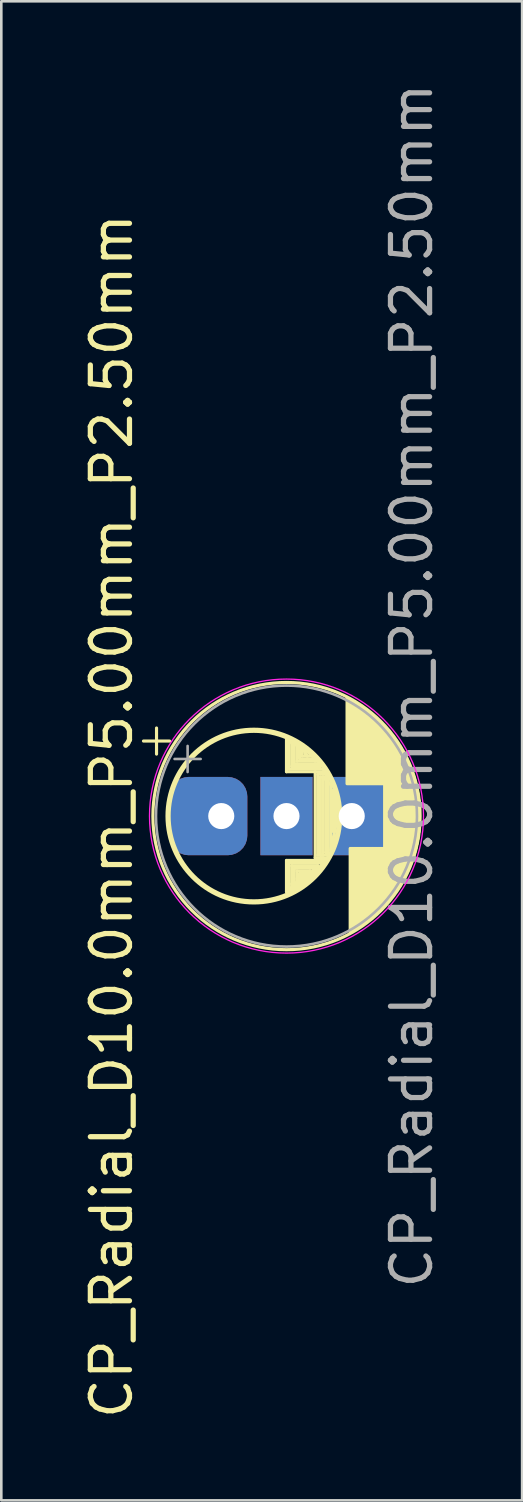
<source format=kicad_pcb>
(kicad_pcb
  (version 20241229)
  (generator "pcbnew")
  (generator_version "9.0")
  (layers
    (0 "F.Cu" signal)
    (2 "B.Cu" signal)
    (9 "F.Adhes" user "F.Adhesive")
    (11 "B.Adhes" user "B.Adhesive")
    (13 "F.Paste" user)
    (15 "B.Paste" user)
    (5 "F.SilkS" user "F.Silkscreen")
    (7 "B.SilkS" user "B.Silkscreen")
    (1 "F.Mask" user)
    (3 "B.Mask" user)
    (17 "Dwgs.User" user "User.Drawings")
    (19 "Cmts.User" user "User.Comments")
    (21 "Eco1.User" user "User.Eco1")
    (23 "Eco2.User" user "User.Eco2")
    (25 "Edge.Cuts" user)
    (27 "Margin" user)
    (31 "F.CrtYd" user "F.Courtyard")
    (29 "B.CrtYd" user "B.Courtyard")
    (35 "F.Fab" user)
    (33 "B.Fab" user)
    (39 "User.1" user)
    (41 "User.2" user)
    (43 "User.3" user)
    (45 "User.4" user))
  (footprint "CP_Radial_D10.0mm_P5.00mm_P2.50mm"
    (layer "F.Cu")
    (at 5.428 28.221)
    (property "Reference" "CP_Radial_D10.0mm_P5.00mm_P2.50mm" (at -4.2 0 270) (layer "F.SilkS") (effects (font (size 1.5 1.5) (thickness 0.2))))
    (attr through_hole)
    (fp_line (start -2.98 -2.875) (end -1.98 -2.875) (stroke (width 0.12) (type solid)) (layer "F.SilkS"))
    (fp_line (start -2.48 -3.375) (end -2.48 -2.375) (stroke (width 0.12) (type solid)) (layer "F.SilkS"))
    (fp_line (start 2.5 -3) (end 2.5 -1.7) (stroke (width 0.12) (type solid)) (layer "F.SilkS"))
    (fp_line (start 2.5 -1.7) (end 4 -1.7) (stroke (width 0.12) (type solid)) (layer "F.SilkS"))
    (fp_line (start 2.5 1.7) (end 2.5 2.9) (stroke (width 0.12) (type solid)) (layer "F.SilkS"))
    (fp_line (start 2.5 2.9) (end 3.2 2.6) (stroke (width 0.12) (type solid)) (layer "F.SilkS"))
    (fp_line (start 2.6 -2.9) (end 2.7 -2.8) (stroke (width 0.12) (type solid)) (layer "F.SilkS"))
    (fp_line (start 2.6 -1.8) (end 2.6 -2.9) (stroke (width 0.12) (type solid)) (layer "F.SilkS"))
    (fp_line (start 2.6 1.8) (end 2.6 2.8) (stroke (width 0.12) (type solid)) (layer "F.SilkS"))
    (fp_line (start 2.6 2.8) (end 3.2 2.5) (stroke (width 0.12) (type solid)) (layer "F.SilkS"))
    (fp_line (start 2.7 -2.8) (end 2.7 -1.9) (stroke (width 0.12) (type solid)) (layer "F.SilkS"))
    (fp_line (start 2.7 -1.9) (end 3.8 -1.9) (stroke (width 0.12) (type solid)) (layer "F.SilkS"))
    (fp_line (start 2.7 1.9) (end 2.7 2.6) (stroke (width 0.12) (type solid)) (layer "F.SilkS"))
    (fp_line (start 2.7 2.6) (end 2.7 2.7) (stroke (width 0.12) (type solid)) (layer "F.SilkS"))
    (fp_line (start 2.7 2.7) (end 3.1 2.5) (stroke (width 0.12) (type solid)) (layer "F.SilkS"))
    (fp_line (start 2.8 -2.8) (end 2.9 -2.7) (stroke (width 0.12) (type solid)) (layer "F.SilkS"))
    (fp_line (start 2.8 -2) (end 2.8 -2.8) (stroke (width 0.12) (type solid)) (layer "F.SilkS"))
    (fp_line (start 2.8 2) (end 2.8 2.6) (stroke (width 0.12) (type solid)) (layer "F.SilkS"))
    (fp_line (start 2.8 2.6) (end 3.1 2.4) (stroke (width 0.12) (type solid)) (layer "F.SilkS"))
    (fp_line (start 2.9 -2.7) (end 2.9 -2.1) (stroke (width 0.12) (type solid)) (layer "F.SilkS"))
    (fp_line (start 2.9 -2.1) (end 3.6 -2.1) (stroke (width 0.12) (type solid)) (layer "F.SilkS"))
    (fp_line (start 2.9 2.1) (end 2.9 2.4) (stroke (width 0.12) (type solid)) (layer "F.SilkS"))
    (fp_line (start 2.9 2.4) (end 2.9 2.5) (stroke (width 0.12) (type solid)) (layer "F.SilkS"))
    (fp_line (start 2.9 2.5) (end 3.3 2.2) (stroke (width 0.12) (type solid)) (layer "F.SilkS"))
    (fp_line (start 3 -2.7) (end 3.5 -2.3) (stroke (width 0.12) (type solid)) (layer "F.SilkS"))
    (fp_line (start 3 -2.2) (end 3 -2.7) (stroke (width 0.12) (type solid)) (layer "F.SilkS"))
    (fp_line (start 3 2.2) (end 3 2.4) (stroke (width 0.12) (type solid)) (layer "F.SilkS"))
    (fp_line (start 3 2.4) (end 3.1 2.3) (stroke (width 0.12) (type solid)) (layer "F.SilkS"))
    (fp_line (start 3.1 -2.6) (end 3.3 -2.3) (stroke (width 0.12) (type solid)) (layer "F.SilkS"))
    (fp_line (start 3.1 -2.3) (end 3.1 -2.6) (stroke (width 0.12) (type solid)) (layer "F.SilkS"))
    (fp_line (start 3.1 2.4) (end 3.4 2.1) (stroke (width 0.12) (type solid)) (layer "F.SilkS"))
    (fp_line (start 3.1 2.5) (end 3.6 2) (stroke (width 0.12) (type solid)) (layer "F.SilkS"))
    (fp_line (start 3.2 2.5) (end 3.7 1.9) (stroke (width 0.12) (type solid)) (layer "F.SilkS"))
    (fp_line (start 3.2 2.6) (end 3.9 1.8) (stroke (width 0.12) (type solid)) (layer "F.SilkS"))
    (fp_line (start 3.3 -2.3) (end 3.2 -2.4) (stroke (width 0.12) (type solid)) (layer "F.SilkS"))
    (fp_line (start 3.3 2.2) (end 3 2.2) (stroke (width 0.12) (type solid)) (layer "F.SilkS"))
    (fp_line (start 3.4 2.1) (end 2.9 2.1) (stroke (width 0.12) (type solid)) (layer "F.SilkS"))
    (fp_line (start 3.5 -2.3) (end 3.1 -2.3) (stroke (width 0.12) (type solid)) (layer "F.SilkS"))
    (fp_line (start 3.5 -2.2) (end 3 -2.2) (stroke (width 0.12) (type solid)) (layer "F.SilkS"))
    (fp_line (start 3.6 -2.1) (end 3.7 -2.1) (stroke (width 0.12) (type solid)) (layer "F.SilkS"))
    (fp_line (start 3.6 -1.7) (end 3.6 1.6) (stroke (width 0.12) (type solid)) (layer "F.SilkS"))
    (fp_line (start 3.6 1.6) (end 4.1 1.6) (stroke (width 0.12) (type solid)) (layer "F.SilkS"))
    (fp_line (start 3.6 2) (end 2.8 2) (stroke (width 0.12) (type solid)) (layer "F.SilkS"))
    (fp_line (start 3.7 -2.1) (end 3.5 -2.2) (stroke (width 0.12) (type solid)) (layer "F.SilkS"))
    (fp_line (start 3.7 -2) (end 2.8 -2) (stroke (width 0.12) (type solid)) (layer "F.SilkS"))
    (fp_line (start 3.7 -1.6) (end 3.7 1.5) (stroke (width 0.12) (type solid)) (layer "F.SilkS"))
    (fp_line (start 3.7 1.5) (end 4.1 1.5) (stroke (width 0.12) (type solid)) (layer "F.SilkS"))
    (fp_line (start 3.7 1.9) (end 2.7 1.9) (stroke (width 0.12) (type solid)) (layer "F.SilkS"))
    (fp_line (start 3.8 -1.9) (end 3.7 -2) (stroke (width 0.12) (type solid)) (layer "F.SilkS"))
    (fp_line (start 3.8 -1.5) (end 3.8 1.5) (stroke (width 0.12) (type solid)) (layer "F.SilkS"))
    (fp_line (start 3.8 1.5) (end 3.9 1.5) (stroke (width 0.12) (type solid)) (layer "F.SilkS"))
    (fp_line (start 3.9 -1.8) (end 2.6 -1.8) (stroke (width 0.12) (type solid)) (layer "F.SilkS"))
    (fp_line (start 3.9 -1.5) (end 4.2 -1.2) (stroke (width 0.12) (type solid)) (layer "F.SilkS"))
    (fp_line (start 3.9 1.5) (end 3.9 -1.5) (stroke (width 0.12) (type solid)) (layer "F.SilkS"))
    (fp_line (start 3.9 1.8) (end 2.6 1.8) (stroke (width 0.12) (type solid)) (layer "F.SilkS"))
    (fp_line (start 4 -1.7) (end 3.9 -1.8) (stroke (width 0.12) (type solid)) (layer "F.SilkS"))
    (fp_line (start 4 -1.6) (end 3.7 -1.6) (stroke (width 0.12) (type solid)) (layer "F.SilkS"))
    (fp_line (start 4 -1.5) (end 3.8 -1.5) (stroke (width 0.12) (type solid)) (layer "F.SilkS"))
    (fp_line (start 4 1.4) (end 4 -1.5) (stroke (width 0.12) (type solid)) (layer "F.SilkS"))
    (fp_line (start 4 1.7) (end 2.5 1.7) (stroke (width 0.12) (type solid)) (layer "F.SilkS"))
    (fp_line (start 4.1 -1.5) (end 4 -1.6) (stroke (width 0.12) (type solid)) (layer "F.SilkS"))
    (fp_line (start 4.1 1.5) (end 4 1.4) (stroke (width 0.12) (type solid)) (layer "F.SilkS"))
    (fp_line (start 4.1 1.6) (end 4.1 -1.5) (stroke (width 0.12) (type solid)) (layer "F.SilkS"))
    (fp_line (start 4.2 -1.2) (end 4.2 1.3) (stroke (width 0.12) (type solid)) (layer "F.SilkS"))
    (fp_line (start 4.2 1.3) (end 4.4 0.3) (stroke (width 0.12) (type solid)) (layer "F.SilkS"))
    (fp_line (start 4.3 -1) (end 4.3 0.5) (stroke (width 0.12) (type solid)) (layer "F.SilkS"))
    (fp_line (start 4.3 0.5) (end 4.3 0.6) (stroke (width 0.12) (type solid)) (layer "F.SilkS"))
    (fp_line (start 4.4 -0.7) (end 4.3 -1) (stroke (width 0.12) (type solid)) (layer "F.SilkS"))
    (fp_line (start 4.4 0.3) (end 4.4 -0.7) (stroke (width 0.12) (type solid)) (layer "F.SilkS"))
    (fp_line (start 4.821 -4.525) (end 4.821 -1.241) (stroke (width 0.12) (type solid)) (layer "F.SilkS"))
    (fp_line (start 4.861 -4.504) (end 4.861 -1.241) (stroke (width 0.12) (type solid)) (layer "F.SilkS"))
    (fp_line (start 4.901 -4.483) (end 4.901 -1.241) (stroke (width 0.12) (type solid)) (layer "F.SilkS"))
    (fp_line (start 4.941 -4.462) (end 4.941 -1.241) (stroke (width 0.12) (type solid)) (layer "F.SilkS"))
    (fp_line (start 4.941 1.241) (end 4.941 4.462) (stroke (width 0.12) (type solid)) (layer "F.SilkS"))
    (fp_line (start 4.981 -4.44) (end 4.981 -1.241) (stroke (width 0.12) (type solid)) (layer "F.SilkS"))
    (fp_line (start 4.981 1.241) (end 4.981 4.44) (stroke (width 0.12) (type solid)) (layer "F.SilkS"))
    (fp_line (start 5.021 -4.417) (end 5.021 -1.241) (stroke (width 0.12) (type solid)) (layer "F.SilkS"))
    (fp_line (start 5.021 1.241) (end 5.021 4.417) (stroke (width 0.12) (type solid)) (layer "F.SilkS"))
    (fp_line (start 5.061 -4.395) (end 5.061 -1.241) (stroke (width 0.12) (type solid)) (layer "F.SilkS"))
    (fp_line (start 5.061 1.241) (end 5.061 4.395) (stroke (width 0.12) (type solid)) (layer "F.SilkS"))
    (fp_line (start 5.101 -4.371) (end 5.101 -1.241) (stroke (width 0.12) (type solid)) (layer "F.SilkS"))
    (fp_line (start 5.101 1.241) (end 5.101 4.371) (stroke (width 0.12) (type solid)) (layer "F.SilkS"))
    (fp_line (start 5.141 -4.347) (end 5.141 -1.241) (stroke (width 0.12) (type solid)) (layer "F.SilkS"))
    (fp_line (start 5.141 1.241) (end 5.141 4.347) (stroke (width 0.12) (type solid)) (layer "F.SilkS"))
    (fp_line (start 5.181 -4.323) (end 5.181 -1.241) (stroke (width 0.12) (type solid)) (layer "F.SilkS"))
    (fp_line (start 5.181 1.241) (end 5.181 4.323) (stroke (width 0.12) (type solid)) (layer "F.SilkS"))
    (fp_line (start 5.221 -4.298) (end 5.221 -1.241) (stroke (width 0.12) (type solid)) (layer "F.SilkS"))
    (fp_line (start 5.221 1.241) (end 5.221 4.298) (stroke (width 0.12) (type solid)) (layer "F.SilkS"))
    (fp_line (start 5.261 -4.273) (end 5.261 -1.241) (stroke (width 0.12) (type solid)) (layer "F.SilkS"))
    (fp_line (start 5.261 1.241) (end 5.261 4.273) (stroke (width 0.12) (type solid)) (layer "F.SilkS"))
    (fp_line (start 5.301 -4.247) (end 5.301 -1.241) (stroke (width 0.12) (type solid)) (layer "F.SilkS"))
    (fp_line (start 5.301 1.241) (end 5.301 4.247) (stroke (width 0.12) (type solid)) (layer "F.SilkS"))
    (fp_line (start 5.341 -4.221) (end 5.341 -1.241) (stroke (width 0.12) (type solid)) (layer "F.SilkS"))
    (fp_line (start 5.341 1.241) (end 5.341 4.221) (stroke (width 0.12) (type solid)) (layer "F.SilkS"))
    (fp_line (start 5.381 -4.194) (end 5.381 -1.241) (stroke (width 0.12) (type solid)) (layer "F.SilkS"))
    (fp_line (start 5.381 1.241) (end 5.381 4.194) (stroke (width 0.12) (type solid)) (layer "F.SilkS"))
    (fp_line (start 5.421 -4.166) (end 5.421 -1.241) (stroke (width 0.12) (type solid)) (layer "F.SilkS"))
    (fp_line (start 5.421 1.241) (end 5.421 4.166) (stroke (width 0.12) (type solid)) (layer "F.SilkS"))
    (fp_line (start 5.461 -4.138) (end 5.461 -1.241) (stroke (width 0.12) (type solid)) (layer "F.SilkS"))
    (fp_line (start 5.461 1.241) (end 5.461 4.138) (stroke (width 0.12) (type solid)) (layer "F.SilkS"))
    (fp_line (start 5.501 -4.11) (end 5.501 -1.241) (stroke (width 0.12) (type solid)) (layer "F.SilkS"))
    (fp_line (start 5.501 1.241) (end 5.501 4.11) (stroke (width 0.12) (type solid)) (layer "F.SilkS"))
    (fp_line (start 5.541 -4.08) (end 5.541 -1.241) (stroke (width 0.12) (type solid)) (layer "F.SilkS"))
    (fp_line (start 5.541 1.241) (end 5.541 4.08) (stroke (width 0.12) (type solid)) (layer "F.SilkS"))
    (fp_line (start 5.581 -4.05) (end 5.581 -1.241) (stroke (width 0.12) (type solid)) (layer "F.SilkS"))
    (fp_line (start 5.581 1.241) (end 5.581 4.05) (stroke (width 0.12) (type solid)) (layer "F.SilkS"))
    (fp_line (start 5.621 -4.02) (end 5.621 -1.241) (stroke (width 0.12) (type solid)) (layer "F.SilkS"))
    (fp_line (start 5.621 1.241) (end 5.621 4.02) (stroke (width 0.12) (type solid)) (layer "F.SilkS"))
    (fp_line (start 5.661 -3.989) (end 5.661 -1.241) (stroke (width 0.12) (type solid)) (layer "F.SilkS"))
    (fp_line (start 5.661 1.241) (end 5.661 3.989) (stroke (width 0.12) (type solid)) (layer "F.SilkS"))
    (fp_line (start 5.701 -3.957) (end 5.701 -1.241) (stroke (width 0.12) (type solid)) (layer "F.SilkS"))
    (fp_line (start 5.701 1.241) (end 5.701 3.957) (stroke (width 0.12) (type solid)) (layer "F.SilkS"))
    (fp_line (start 5.741 -3.925) (end 5.741 -1.241) (stroke (width 0.12) (type solid)) (layer "F.SilkS"))
    (fp_line (start 5.741 1.241) (end 5.741 3.925) (stroke (width 0.12) (type solid)) (layer "F.SilkS"))
    (fp_line (start 5.781 -3.892) (end 5.781 -1.241) (stroke (width 0.12) (type solid)) (layer "F.SilkS"))
    (fp_line (start 5.781 1.241) (end 5.781 3.892) (stroke (width 0.12) (type solid)) (layer "F.SilkS"))
    (fp_line (start 5.821 -3.858) (end 5.821 -1.241) (stroke (width 0.12) (type solid)) (layer "F.SilkS"))
    (fp_line (start 5.821 1.241) (end 5.821 3.858) (stroke (width 0.12) (type solid)) (layer "F.SilkS"))
    (fp_line (start 5.861 -3.824) (end 5.861 -1.241) (stroke (width 0.12) (type solid)) (layer "F.SilkS"))
    (fp_line (start 5.861 1.241) (end 5.861 3.824) (stroke (width 0.12) (type solid)) (layer "F.SilkS"))
    (fp_line (start 5.901 -3.789) (end 5.901 -1.241) (stroke (width 0.12) (type solid)) (layer "F.SilkS"))
    (fp_line (start 5.901 1.241) (end 5.901 3.789) (stroke (width 0.12) (type solid)) (layer "F.SilkS"))
    (fp_line (start 5.941 -3.753) (end 5.941 -1.241) (stroke (width 0.12) (type solid)) (layer "F.SilkS"))
    (fp_line (start 5.941 1.241) (end 5.941 3.753) (stroke (width 0.12) (type solid)) (layer "F.SilkS"))
    (fp_line (start 5.981 -3.716) (end 5.981 -1.241) (stroke (width 0.12) (type solid)) (layer "F.SilkS"))
    (fp_line (start 5.981 1.241) (end 5.981 3.716) (stroke (width 0.12) (type solid)) (layer "F.SilkS"))
    (fp_line (start 6.021 -3.679) (end 6.021 -1.241) (stroke (width 0.12) (type solid)) (layer "F.SilkS"))
    (fp_line (start 6.021 1.241) (end 6.021 3.679) (stroke (width 0.12) (type solid)) (layer "F.SilkS"))
    (fp_line (start 6.061 -3.64) (end 6.061 -1.241) (stroke (width 0.12) (type solid)) (layer "F.SilkS"))
    (fp_line (start 6.061 1.241) (end 6.061 3.64) (stroke (width 0.12) (type solid)) (layer "F.SilkS"))
    (fp_line (start 6.101 -3.601) (end 6.101 -1.241) (stroke (width 0.12) (type solid)) (layer "F.SilkS"))
    (fp_line (start 6.101 1.241) (end 6.101 3.601) (stroke (width 0.12) (type solid)) (layer "F.SilkS"))
    (fp_line (start 6.141 -3.561) (end 6.141 -1.241) (stroke (width 0.12) (type solid)) (layer "F.SilkS"))
    (fp_line (start 6.141 1.241) (end 6.141 3.561) (stroke (width 0.12) (type solid)) (layer "F.SilkS"))
    (fp_line (start 6.181 -3.52) (end 6.181 -1.241) (stroke (width 0.12) (type solid)) (layer "F.SilkS"))
    (fp_line (start 6.181 1.241) (end 6.181 3.52) (stroke (width 0.12) (type solid)) (layer "F.SilkS"))
    (fp_line (start 6.221 -3.478) (end 6.221 -1.241) (stroke (width 0.12) (type solid)) (layer "F.SilkS"))
    (fp_line (start 6.221 1.241) (end 6.221 3.478) (stroke (width 0.12) (type solid)) (layer "F.SilkS"))
    (fp_line (start 6.261 -3.436) (end 6.261 3.436) (stroke (width 0.12) (type solid)) (layer "F.SilkS"))
    (fp_line (start 6.301 -3.392) (end 6.301 3.392) (stroke (width 0.12) (type solid)) (layer "F.SilkS"))
    (fp_line (start 6.341 -3.347) (end 6.341 3.347) (stroke (width 0.12) (type solid)) (layer "F.SilkS"))
    (fp_line (start 6.381 -3.301) (end 6.381 3.301) (stroke (width 0.12) (type solid)) (layer "F.SilkS"))
    (fp_line (start 6.421 -3.254) (end 6.421 3.254) (stroke (width 0.12) (type solid)) (layer "F.SilkS"))
    (fp_line (start 6.461 -3.206) (end 6.461 3.206) (stroke (width 0.12) (type solid)) (layer "F.SilkS"))
    (fp_line (start 6.501 -3.156) (end 6.501 3.156) (stroke (width 0.12) (type solid)) (layer "F.SilkS"))
    (fp_line (start 6.541 -3.106) (end 6.541 3.106) (stroke (width 0.12) (type solid)) (layer "F.SilkS"))
    (fp_line (start 6.581 -3.054) (end 6.581 3.054) (stroke (width 0.12) (type solid)) (layer "F.SilkS"))
    (fp_line (start 6.621 -3) (end 6.621 3) (stroke (width 0.12) (type solid)) (layer "F.SilkS"))
    (fp_line (start 6.661 -2.945) (end 6.661 2.945) (stroke (width 0.12) (type solid)) (layer "F.SilkS"))
    (fp_line (start 6.701 -2.889) (end 6.701 2.889) (stroke (width 0.12) (type solid)) (layer "F.SilkS"))
    (fp_line (start 6.741 -2.83) (end 6.741 2.83) (stroke (width 0.12) (type solid)) (layer "F.SilkS"))
    (fp_line (start 6.781 -2.77) (end 6.781 2.77) (stroke (width 0.12) (type solid)) (layer "F.SilkS"))
    (fp_line (start 6.821 -2.709) (end 6.821 2.709) (stroke (width 0.12) (type solid)) (layer "F.SilkS"))
    (fp_line (start 6.861 -2.645) (end 6.861 2.645) (stroke (width 0.12) (type solid)) (layer "F.SilkS"))
    (fp_line (start 6.901 -2.579) (end 6.901 2.579) (stroke (width 0.12) (type solid)) (layer "F.SilkS"))
    (fp_line (start 6.941 -2.51) (end 6.941 2.51) (stroke (width 0.12) (type solid)) (layer "F.SilkS"))
    (fp_line (start 6.981 -2.439) (end 6.981 2.439) (stroke (width 0.12) (type solid)) (layer "F.SilkS"))
    (fp_line (start 7.021 -2.365) (end 7.021 2.365) (stroke (width 0.12) (type solid)) (layer "F.SilkS"))
    (fp_line (start 7.061 -2.289) (end 7.061 2.289) (stroke (width 0.12) (type solid)) (layer "F.SilkS"))
    (fp_line (start 7.101 -2.209) (end 7.101 2.209) (stroke (width 0.12) (type solid)) (layer "F.SilkS"))
    (fp_line (start 7.141 -2.125) (end 7.141 2.125) (stroke (width 0.12) (type solid)) (layer "F.SilkS"))
    (fp_line (start 7.181 -2.037) (end 7.181 2.037) (stroke (width 0.12) (type solid)) (layer "F.SilkS"))
    (fp_line (start 7.221 -1.944) (end 7.221 1.944) (stroke (width 0.12) (type solid)) (layer "F.SilkS"))
    (fp_line (start 7.261 -1.846) (end 7.261 1.846) (stroke (width 0.12) (type solid)) (layer "F.SilkS"))
    (fp_line (start 7.301 -1.742) (end 7.301 1.742) (stroke (width 0.12) (type solid)) (layer "F.SilkS"))
    (fp_line (start 7.341 -1.63) (end 7.341 1.63) (stroke (width 0.12) (type solid)) (layer "F.SilkS"))
    (fp_line (start 7.381 -1.51) (end 7.381 1.51) (stroke (width 0.12) (type solid)) (layer "F.SilkS"))
    (fp_line (start 7.421 -1.378) (end 7.421 1.378) (stroke (width 0.12) (type solid)) (layer "F.SilkS"))
    (fp_line (start 7.461 -1.23) (end 7.461 1.23) (stroke (width 0.12) (type solid)) (layer "F.SilkS"))
    (fp_line (start 7.501 -1.062) (end 7.501 1.062) (stroke (width 0.12) (type solid)) (layer "F.SilkS"))
    (fp_line (start 7.541 -0.862) (end 7.541 0.862) (stroke (width 0.12) (type solid)) (layer "F.SilkS"))
    (fp_line (start 7.581 -0.599) (end 7.581 0.599) (stroke (width 0.12) (type solid)) (layer "F.SilkS"))
    (fp_circle (center 1.25 0) (end 4.538 0) (stroke (width 0.2) (type solid)) (fill no) (layer "F.SilkS"))
    (fp_circle (center 2.5 0) (end 7.62 0) (stroke (width 0.12) (type solid)) (fill no) (layer "F.SilkS"))
    (fp_circle (center 2.5 0) (end 7.75 0) (stroke (width 0.05) (type solid)) (fill no) (layer "F.CrtYd"))
    (fp_line (start -1.789 -2.188) (end -0.789 -2.188) (stroke (width 0.1) (type solid)) (layer "F.Fab"))
    (fp_line (start -1.289 -2.688) (end -1.289 -1.688) (stroke (width 0.1) (type solid)) (layer "F.Fab"))
    (fp_circle (center 2.5 0) (end 7.5 0) (stroke (width 0.1) (type solid)) (fill no) (layer "F.Fab"))
    (fp_text user "${REFERENCE}" (at 7.3 -5 270) (layer "F.Fab") (effects (font (size 1.5 1.5) (thickness 0.2))))
    (pad "1" thru_hole roundrect (at 0 0) (size 3 3) (drill 1 (offset -0.5 0)) (layers "*.Cu" "*.Mask") (roundrect_rratio 0.25))
    (pad "2" thru_hole rect (at 2.5 0) (size 2 3) (drill 1) (layers "*.Cu" "*.Mask"))
    (pad "2" thru_hole rect (at 5 0) (size 3 3) (drill 1 (offset 0.5 0)) (layers "*.Cu" "*.Mask")))
  (gr_rect
    (start -3 -3)
    (end 16.957 54.443)
    (stroke (width 0.1) (type default))
    (fill no)
    (layer "Edge.Cuts")))
</source>
